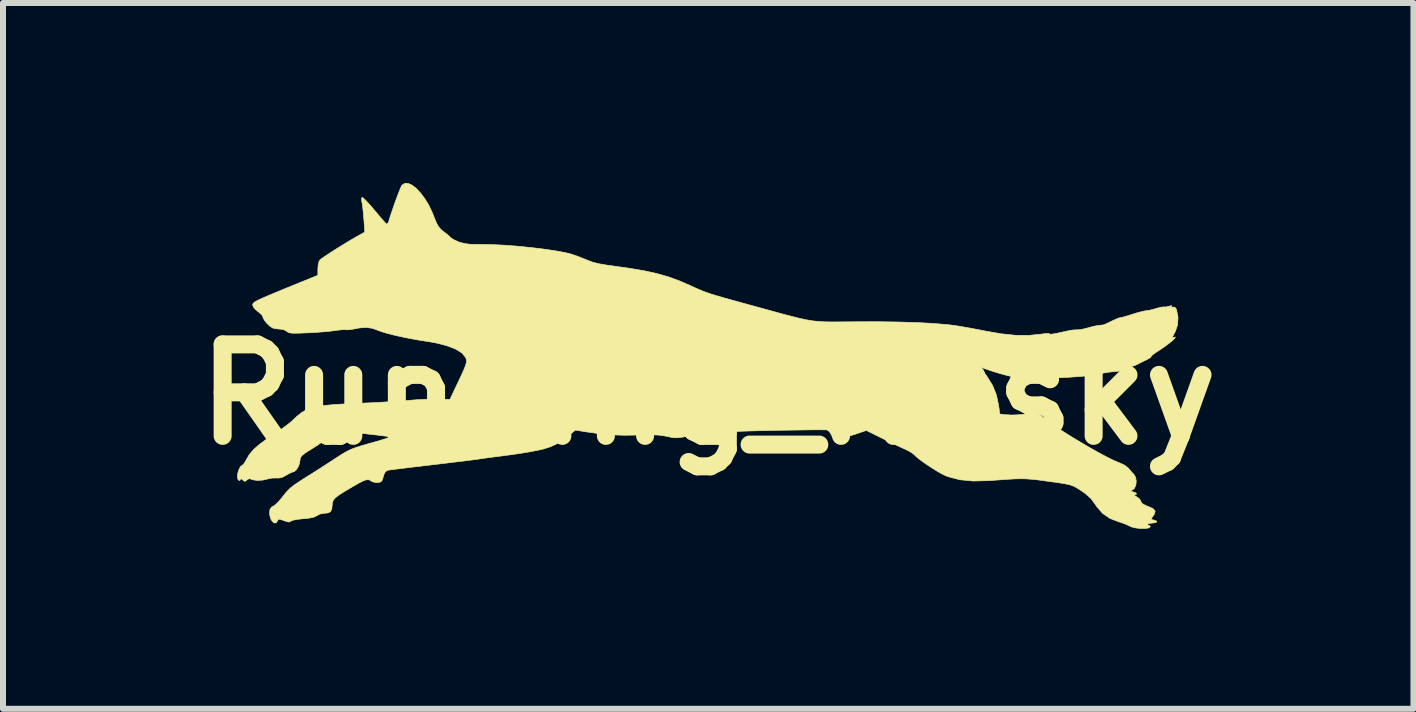
<source format=kicad_pcb>
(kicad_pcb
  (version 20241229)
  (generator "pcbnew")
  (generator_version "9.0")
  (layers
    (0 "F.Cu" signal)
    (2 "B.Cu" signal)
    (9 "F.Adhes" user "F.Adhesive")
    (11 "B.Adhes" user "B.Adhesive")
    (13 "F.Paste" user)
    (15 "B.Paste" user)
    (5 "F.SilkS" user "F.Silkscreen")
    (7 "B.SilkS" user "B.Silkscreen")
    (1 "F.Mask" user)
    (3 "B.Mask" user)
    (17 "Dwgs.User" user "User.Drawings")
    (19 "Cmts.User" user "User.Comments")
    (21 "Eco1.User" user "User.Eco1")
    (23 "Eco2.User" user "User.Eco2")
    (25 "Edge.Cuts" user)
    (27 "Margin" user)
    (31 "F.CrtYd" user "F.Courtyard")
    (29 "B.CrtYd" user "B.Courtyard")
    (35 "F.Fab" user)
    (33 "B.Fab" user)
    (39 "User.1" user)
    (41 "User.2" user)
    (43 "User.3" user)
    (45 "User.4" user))
  (footprint "Running_Husky"
    (layer "F.Cu")
    (at 8.752 3.524)
    (property "Reference" "Running_Husky" (at 0 0 0) (layer "F.SilkS") (effects (font (size 1.524 1.524) (thickness 0.3))))
    (attr through_hole)
    (fp_poly (pts (xy -5.001 -3.518) (xy -4.936 -3.489) (xy -4.865 -3.434) (xy -4.793 -3.357) (xy -4.721 -3.261) (xy -4.654 -3.15) (xy -4.595 -3.026) (xy -4.567 -2.953) (xy -4.53 -2.862) (xy -4.494 -2.797) (xy -4.452 -2.748) (xy -4.415 -2.718) (xy -4.353 -2.671) (xy -4.304 -2.628) (xy -4.291 -2.614) (xy -4.247 -2.583) (xy -4.174 -2.549) (xy -4.141 -2.537) (xy -4.066 -2.517) (xy -3.986 -2.505) (xy -3.882 -2.501) (xy -3.782 -2.501) (xy -3.601 -2.498) (xy -3.393 -2.488) (xy -3.171 -2.471) (xy -2.946 -2.448) (xy -2.73 -2.422) (xy -2.537 -2.393) (xy -2.376 -2.363) (xy -2.272 -2.336) (xy -2.182 -2.305) (xy -2.077 -2.264) (xy -2.018 -2.24) (xy -1.929 -2.206) (xy -1.827 -2.18) (xy -1.696 -2.157) (xy -1.58 -2.141) (xy -1.297 -2.101) (xy -1.057 -2.06) (xy -0.85 -2.014) (xy -0.662 -1.96) (xy -0.483 -1.895) (xy -0.3 -1.816) (xy -0.296 -1.814) (xy -0.218 -1.778) (xy -0.151 -1.749) (xy -0.088 -1.722) (xy -0.022 -1.698) (xy 0.054 -1.672) (xy 0.147 -1.644) (xy 0.265 -1.61) (xy 0.415 -1.568) (xy 0.603 -1.516) (xy 0.797 -1.463) (xy 1.037 -1.397) (xy 1.234 -1.343) (xy 1.394 -1.301) (xy 1.527 -1.268) (xy 1.64 -1.244) (xy 1.742 -1.227) (xy 1.841 -1.217) (xy 1.945 -1.211) (xy 2.062 -1.209) (xy 2.201 -1.21) (xy 2.369 -1.211) (xy 2.459 -1.212) (xy 2.826 -1.213) (xy 3.168 -1.208) (xy 3.478 -1.199) (xy 3.751 -1.184) (xy 3.978 -1.165) (xy 4.087 -1.153) (xy 4.193 -1.136) (xy 4.332 -1.112) (xy 4.485 -1.084) (xy 4.6 -1.061) (xy 4.878 -1.012) (xy 5.122 -0.987) (xy 5.34 -0.985) (xy 5.524 -1.003) (xy 5.611 -1.014) (xy 5.668 -1.017) (xy 5.684 -1.013) (xy 5.694 -1.004) (xy 5.75 -1.009) (xy 5.844 -1.027) (xy 5.964 -1.054) (xy 6.05 -1.071) (xy 6.117 -1.078) (xy 6.139 -1.077) (xy 6.184 -1.079) (xy 6.26 -1.093) (xy 6.313 -1.107) (xy 6.402 -1.131) (xy 6.477 -1.148) (xy 6.505 -1.152) (xy 6.561 -1.157) (xy 6.581 -1.159) (xy 6.612 -1.17) (xy 6.672 -1.198) (xy 6.729 -1.225) (xy 6.798 -1.257) (xy 6.845 -1.276) (xy 6.858 -1.279) (xy 6.881 -1.282) (xy 6.942 -1.298) (xy 7.03 -1.325) (xy 7.055 -1.333) (xy 7.156 -1.364) (xy 7.242 -1.386) (xy 7.298 -1.397) (xy 7.303 -1.397) (xy 7.359 -1.405) (xy 7.438 -1.425) (xy 7.463 -1.433) (xy 7.535 -1.453) (xy 7.586 -1.46) (xy 7.595 -1.459) (xy 7.636 -1.459) (xy 7.679 -1.471) (xy 7.721 -1.482) (xy 7.722 -1.474) (xy 7.718 -1.468) (xy 7.713 -1.453) (xy 7.74 -1.456) (xy 7.776 -1.455) (xy 7.8 -1.423) (xy 7.805 -1.411) (xy 7.829 -1.285) (xy 7.821 -1.158) (xy 7.785 -1.053) (xy 7.753 -0.992) (xy 7.738 -0.959) (xy 7.738 -0.947) (xy 7.752 -0.949) (xy 7.765 -0.954) (xy 7.785 -0.957) (xy 7.775 -0.937) (xy 7.74 -0.903) (xy 7.687 -0.858) (xy 7.622 -0.809) (xy 7.553 -0.761) (xy 7.529 -0.746) (xy 7.456 -0.698) (xy 7.403 -0.659) (xy 7.381 -0.636) (xy 7.382 -0.633) (xy 7.369 -0.615) (xy 7.323 -0.588) (xy 7.303 -0.578) (xy 7.232 -0.544) (xy 7.176 -0.515) (xy 7.17 -0.511) (xy 7.116 -0.486) (xy 7.04 -0.461) (xy 7.031 -0.459) (xy 6.955 -0.434) (xy 6.898 -0.409) (xy 6.894 -0.407) (xy 6.837 -0.388) (xy 6.771 -0.381) (xy 6.698 -0.375) (xy 6.599 -0.359) (xy 6.526 -0.344) (xy 6.395 -0.322) (xy 6.218 -0.302) (xy 6.005 -0.287) (xy 5.765 -0.276) (xy 5.508 -0.271) (xy 5.471 -0.27) (xy 5.326 -0.271) (xy 5.219 -0.275) (xy 5.128 -0.286) (xy 5.035 -0.304) (xy 4.984 -0.316) (xy 4.865 -0.348) (xy 4.749 -0.383) (xy 4.666 -0.411) (xy 4.597 -0.435) (xy 4.552 -0.448) (xy 4.544 -0.448) (xy 4.555 -0.429) (xy 4.585 -0.385) (xy 4.628 -0.325) (xy 4.642 -0.306) (xy 4.739 -0.151) (xy 4.803 0.008) (xy 4.84 0.185) (xy 4.859 0.325) (xy 4.957 0.337) (xy 5.052 0.342) (xy 5.157 0.339) (xy 5.174 0.337) (xy 5.278 0.327) (xy 5.38 0.316) (xy 5.393 0.315) (xy 5.452 0.311) (xy 5.495 0.319) (xy 5.538 0.345) (xy 5.595 0.393) (xy 5.671 0.452) (xy 5.777 0.526) (xy 5.907 0.612) (xy 6.053 0.704) (xy 6.208 0.797) (xy 6.362 0.888) (xy 6.51 0.971) (xy 6.643 1.042) (xy 6.753 1.097) (xy 6.833 1.131) (xy 6.842 1.134) (xy 6.936 1.176) (xy 7.001 1.227) (xy 7.002 1.228) (xy 7.048 1.283) (xy 7.093 1.331) (xy 7.123 1.382) (xy 7.133 1.446) (xy 7.126 1.511) (xy 7.101 1.565) (xy 7.073 1.588) (xy 7.04 1.607) (xy 7.057 1.618) (xy 7.082 1.623) (xy 7.128 1.641) (xy 7.139 1.659) (xy 7.108 1.669) (xy 7.105 1.67) (xy 7.1 1.679) (xy 7.133 1.701) (xy 7.14 1.704) (xy 7.19 1.742) (xy 7.21 1.781) (xy 7.229 1.816) (xy 7.292 1.85) (xy 7.331 1.865) (xy 7.415 1.903) (xy 7.448 1.944) (xy 7.434 1.996) (xy 7.409 2.031) (xy 7.384 2.067) (xy 7.39 2.084) (xy 7.423 2.092) (xy 7.472 2.109) (xy 7.471 2.129) (xy 7.423 2.141) (xy 7.41 2.141) (xy 7.35 2.148) (xy 7.324 2.159) (xy 7.326 2.176) (xy 7.336 2.177) (xy 7.363 2.192) (xy 7.366 2.204) (xy 7.342 2.224) (xy 7.281 2.233) (xy 7.2 2.233) (xy 7.117 2.223) (xy 7.047 2.205) (xy 7.026 2.194) (xy 6.963 2.164) (xy 6.876 2.132) (xy 6.846 2.123) (xy 6.694 2.065) (xy 6.571 1.98) (xy 6.472 1.866) (xy 6.453 1.836) (xy 6.378 1.734) (xy 6.282 1.649) (xy 6.221 1.607) (xy 6.16 1.567) (xy 6.111 1.538) (xy 6.063 1.517) (xy 6.007 1.5) (xy 5.93 1.485) (xy 5.823 1.468) (xy 5.673 1.448) (xy 5.631 1.442) (xy 5.508 1.425) (xy 5.407 1.414) (xy 5.316 1.407) (xy 5.224 1.404) (xy 5.119 1.406) (xy 4.989 1.413) (xy 4.824 1.425) (xy 4.669 1.436) (xy 4.416 1.442) (xy 4.195 1.421) (xy 4.002 1.371) (xy 3.959 1.355) (xy 3.89 1.321) (xy 3.801 1.27) (xy 3.702 1.207) (xy 3.605 1.142) (xy 3.521 1.081) (xy 3.461 1.032) (xy 3.44 1.01) (xy 3.401 0.977) (xy 3.333 0.937) (xy 3.29 0.916) (xy 3.217 0.883) (xy 3.114 0.834) (xy 2.997 0.777) (xy 2.901 0.731) (xy 2.635 0.599) (xy 2.451 0.662) (xy 2.346 0.694) (xy 2.245 0.719) (xy 2.172 0.73) (xy 2.172 0.73) (xy 2.108 0.73) (xy 2.074 0.715) (xy 2.052 0.676) (xy 2.049 0.667) (xy 2.021 0.621) (xy 1.985 0.593) (xy 1.978 0.59) (xy 1.939 0.589) (xy 1.852 0.588) (xy 1.722 0.589) (xy 1.558 0.591) (xy 1.367 0.594) (xy 1.157 0.597) (xy 1.072 0.599) (xy 0.792 0.605) (xy 0.559 0.612) (xy 0.365 0.619) (xy 0.201 0.628) (xy 0.059 0.64) (xy -0.071 0.654) (xy -0.197 0.671) (xy -0.328 0.693) (xy -0.37 0.701) (xy -0.468 0.717) (xy -0.536 0.722) (xy -0.598 0.717) (xy -0.677 0.7) (xy -0.683 0.699) (xy -0.756 0.685) (xy -0.833 0.676) (xy -0.93 0.672) (xy -1.059 0.673) (xy -1.167 0.676) (xy -1.397 0.679) (xy -1.595 0.673) (xy -1.787 0.657) (xy -1.995 0.628) (xy -2.031 0.623) (xy -2.214 0.594) (xy -2.3 0.663) (xy -2.419 0.756) (xy -2.525 0.823) (xy -2.631 0.872) (xy -2.749 0.909) (xy -2.838 0.929) (xy -2.966 0.954) (xy -3.124 0.98) (xy -3.288 1.004) (xy -3.373 1.015) (xy -3.509 1.033) (xy -3.636 1.049) (xy -3.735 1.063) (xy -3.782 1.07) (xy -3.836 1.078) (xy -3.938 1.091) (xy -4.077 1.109) (xy -4.245 1.129) (xy -4.434 1.152) (xy -4.586 1.17) (xy -4.781 1.193) (xy -4.959 1.214) (xy -5.112 1.233) (xy -5.232 1.248) (xy -5.311 1.258) (xy -5.34 1.262) (xy -5.38 1.287) (xy -5.406 1.338) (xy -5.406 1.339) (xy -5.421 1.393) (xy -5.436 1.434) (xy -5.437 1.438) (xy -5.472 1.463) (xy -5.532 1.469) (xy -5.594 1.455) (xy -5.616 1.442) (xy -5.643 1.425) (xy -5.672 1.419) (xy -5.711 1.425) (xy -5.765 1.447) (xy -5.842 1.488) (xy -5.948 1.549) (xy -6.044 1.606) (xy -6.147 1.67) (xy -6.213 1.721) (xy -6.25 1.765) (xy -6.264 1.811) (xy -6.266 1.836) (xy -6.273 1.91) (xy -6.296 1.954) (xy -6.34 1.974) (xy -6.384 1.978) (xy -6.474 1.993) (xy -6.517 2.017) (xy -6.567 2.042) (xy -6.647 2.06) (xy -6.748 2.07) (xy -6.855 2.082) (xy -6.929 2.098) (xy -6.954 2.11) (xy -6.979 2.125) (xy -7.017 2.12) (xy -7.071 2.102) (xy -7.131 2.08) (xy -7.159 2.078) (xy -7.173 2.095) (xy -7.176 2.104) (xy -7.201 2.138) (xy -7.232 2.141) (xy -7.262 2.118) (xy -7.289 2.075) (xy -7.306 2.015) (xy -7.31 1.967) (xy -7.302 1.91) (xy -7.275 1.876) (xy -7.252 1.864) (xy -7.213 1.838) (xy -7.162 1.788) (xy -7.106 1.722) (xy -7.086 1.696) (xy -7.028 1.624) (xy -6.966 1.561) (xy -6.888 1.5) (xy -6.782 1.43) (xy -6.731 1.397) (xy -6.604 1.318) (xy -6.46 1.226) (xy -6.317 1.134) (xy -6.226 1.074) (xy -6.119 1.005) (xy -6.036 0.955) (xy -5.96 0.917) (xy -5.877 0.885) (xy -5.773 0.852) (xy -5.634 0.812) (xy -5.618 0.808) (xy -5.477 0.768) (xy -5.383 0.739) (xy -5.331 0.72) (xy -5.317 0.707) (xy -5.333 0.7) (xy -5.336 0.7) (xy -5.409 0.69) (xy -5.514 0.677) (xy -5.637 0.663) (xy -5.765 0.648) (xy -5.884 0.634) (xy -5.982 0.624) (xy -6.045 0.618) (xy -6.059 0.617) (xy -6.083 0.633) (xy -6.099 0.673) (xy -6.101 0.685) (xy -6.124 0.738) (xy -6.171 0.76) (xy -6.236 0.749) (xy -6.27 0.732) (xy -6.31 0.712) (xy -6.338 0.714) (xy -6.374 0.743) (xy -6.386 0.753) (xy -6.434 0.791) (xy -6.509 0.844) (xy -6.598 0.901) (xy -6.623 0.916) (xy -6.711 0.972) (xy -6.764 1.012) (xy -6.792 1.045) (xy -6.801 1.079) (xy -6.802 1.094) (xy -6.811 1.15) (xy -6.834 1.208) (xy -6.866 1.257) (xy -6.899 1.285) (xy -6.912 1.288) (xy -6.948 1.3) (xy -7.005 1.329) (xy -7.03 1.344) (xy -7.102 1.382) (xy -7.163 1.393) (xy -7.193 1.391) (xy -7.274 1.393) (xy -7.338 1.407) (xy -7.425 1.427) (xy -7.518 1.432) (xy -7.593 1.421) (xy -7.614 1.412) (xy -7.648 1.401) (xy -7.685 1.422) (xy -7.686 1.424) (xy -7.718 1.447) (xy -7.739 1.44) (xy -7.756 1.423) (xy -7.78 1.404) (xy -7.788 1.411) (xy -7.807 1.432) (xy -7.818 1.433) (xy -7.836 1.417) (xy -7.845 1.377) (xy -7.846 1.363) (xy -7.839 1.307) (xy -7.82 1.25) (xy -7.796 1.204) (xy -7.77 1.18) (xy -7.764 1.179) (xy -7.745 1.163) (xy -7.717 1.123) (xy -7.696 1.084) (xy -7.646 0.999) (xy -7.577 0.918) (xy -7.482 0.834) (xy -7.353 0.739) (xy -7.251 0.671) (xy -7.147 0.601) (xy -7.05 0.532) (xy -6.972 0.472) (xy -6.93 0.435) (xy -6.854 0.364) (xy -6.783 0.306) (xy -6.71 0.262) (xy -6.626 0.227) (xy -6.525 0.202) (xy -6.398 0.183) (xy -6.238 0.168) (xy -6.038 0.156) (xy -5.788 0.145) (xy -5.782 0.145) (xy -5.592 0.137) (xy -5.395 0.126) (xy -5.209 0.114) (xy -5.052 0.103) (xy -4.99 0.098) (xy -4.84 0.086) (xy -4.687 0.079) (xy -4.553 0.075) (xy -4.497 0.076) (xy -4.305 0.082) (xy -4.27 0.009) (xy -4.198 -0.143) (xy -4.14 -0.264) (xy -4.096 -0.359) (xy -4.064 -0.432) (xy -4.043 -0.486) (xy -4.032 -0.526) (xy -4.027 -0.556) (xy -4.03 -0.58) (xy -4.037 -0.601) (xy -4.045 -0.62) (xy -4.104 -0.692) (xy -4.213 -0.759) (xy -4.364 -0.816) (xy -4.549 -0.862) (xy -4.643 -0.878) (xy -4.844 -0.91) (xy -5.038 -0.946) (xy -5.212 -0.984) (xy -5.356 -1.02) (xy -5.459 -1.052) (xy -5.479 -1.06) (xy -5.594 -1.102) (xy -5.698 -1.118) (xy -5.811 -1.109) (xy -5.868 -1.098) (xy -5.953 -1.083) (xy -6.017 -1.077) (xy -6.038 -1.079) (xy -6.078 -1.081) (xy -6.155 -1.074) (xy -6.229 -1.064) (xy -6.33 -1.051) (xy -6.465 -1.04) (xy -6.613 -1.03) (xy -6.689 -1.027) (xy -6.822 -1.022) (xy -6.91 -1.021) (xy -6.964 -1.025) (xy -6.996 -1.033) (xy -7.017 -1.048) (xy -7.021 -1.052) (xy -7.078 -1.082) (xy -7.128 -1.089) (xy -7.207 -1.096) (xy -7.255 -1.107) (xy -7.303 -1.137) (xy -7.355 -1.186) (xy -7.399 -1.242) (xy -7.422 -1.29) (xy -7.422 -1.297) (xy -7.441 -1.328) (xy -7.486 -1.369) (xy -7.507 -1.384) (xy -7.565 -1.436) (xy -7.591 -1.485) (xy -7.592 -1.49) (xy -7.59 -1.505) (xy -7.583 -1.519) (xy -7.567 -1.535) (xy -7.536 -1.554) (xy -7.486 -1.58) (xy -7.413 -1.613) (xy -7.313 -1.656) (xy -7.181 -1.711) (xy -7.013 -1.78) (xy -6.805 -1.865) (xy -6.632 -1.935) (xy -6.505 -1.987) (xy -6.505 -2.095) (xy -6.5 -2.161) (xy -6.486 -2.216) (xy -6.472 -2.241) (xy -6.44 -2.267) (xy -6.374 -2.312) (xy -6.284 -2.371) (xy -6.179 -2.438) (xy -6.066 -2.508) (xy -5.955 -2.575) (xy -5.853 -2.634) (xy -5.832 -2.646) (xy -5.723 -2.707) (xy -5.739 -2.928) (xy -5.747 -3.021) (xy -5.756 -3.107) (xy -5.765 -3.176) (xy -5.773 -3.216) (xy -5.779 -3.261) (xy -5.769 -3.283) (xy -5.765 -3.284) (xy -5.742 -3.269) (xy -5.7 -3.227) (xy -5.643 -3.165) (xy -5.577 -3.089) (xy -5.562 -3.071) (xy -5.494 -2.99) (xy -5.435 -2.921) (xy -5.39 -2.87) (xy -5.364 -2.843) (xy -5.362 -2.842) (xy -5.343 -2.847) (xy -5.325 -2.88) (xy -5.32 -2.896) (xy -5.303 -2.955) (xy -5.277 -3.033) (xy -5.246 -3.124) (xy -5.213 -3.218) (xy -5.179 -3.309) (xy -5.148 -3.389) (xy -5.123 -3.45) (xy -5.106 -3.485) (xy -5.103 -3.488) (xy -5.058 -3.519) (xy -5.001 -3.518)) (stroke (width 0.01) (type solid)) (fill yes) (layer "F.SilkS")))
  (gr_rect
    (start -3 -3)
    (end 20.504 8.762)
    (stroke (width 0.1) (type default))
    (fill no)
    (layer "Edge.Cuts")))
</source>
